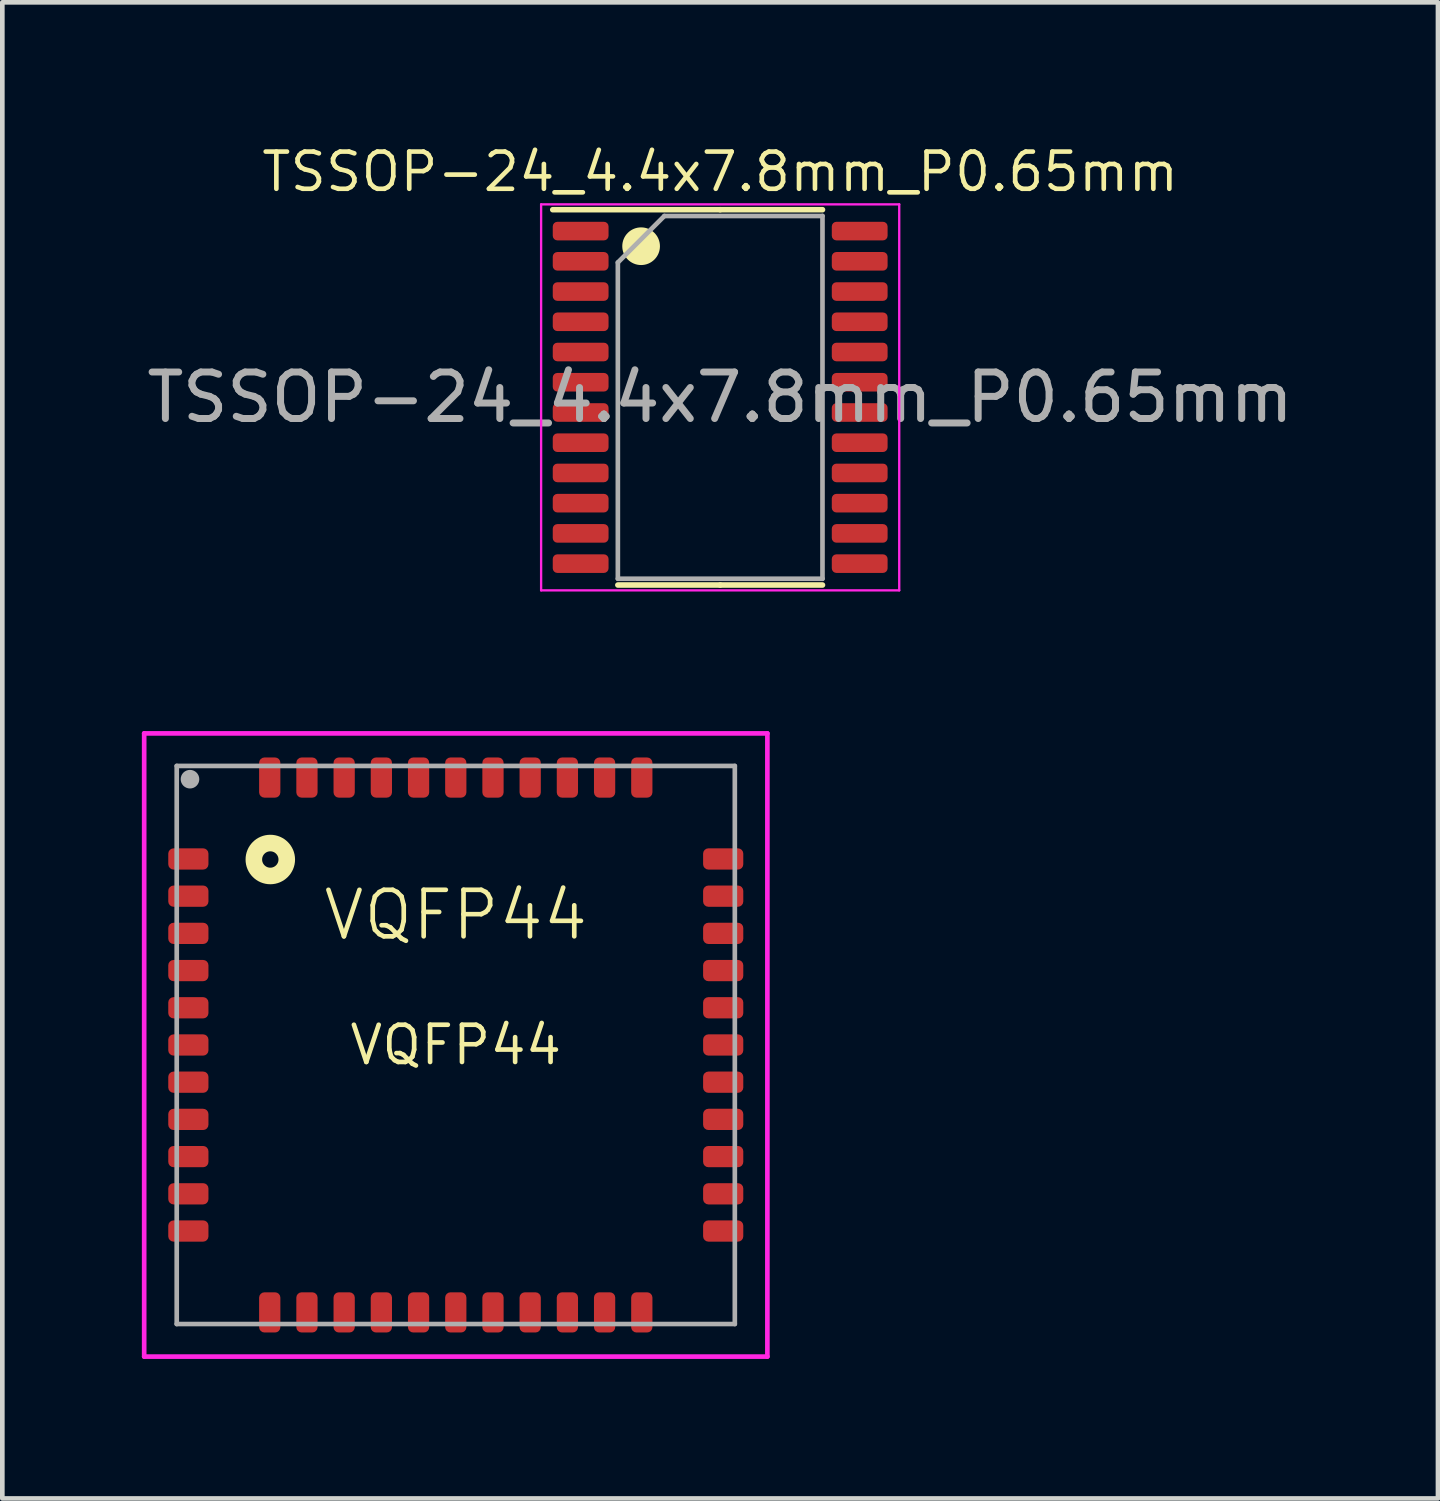
<source format=kicad_pcb>
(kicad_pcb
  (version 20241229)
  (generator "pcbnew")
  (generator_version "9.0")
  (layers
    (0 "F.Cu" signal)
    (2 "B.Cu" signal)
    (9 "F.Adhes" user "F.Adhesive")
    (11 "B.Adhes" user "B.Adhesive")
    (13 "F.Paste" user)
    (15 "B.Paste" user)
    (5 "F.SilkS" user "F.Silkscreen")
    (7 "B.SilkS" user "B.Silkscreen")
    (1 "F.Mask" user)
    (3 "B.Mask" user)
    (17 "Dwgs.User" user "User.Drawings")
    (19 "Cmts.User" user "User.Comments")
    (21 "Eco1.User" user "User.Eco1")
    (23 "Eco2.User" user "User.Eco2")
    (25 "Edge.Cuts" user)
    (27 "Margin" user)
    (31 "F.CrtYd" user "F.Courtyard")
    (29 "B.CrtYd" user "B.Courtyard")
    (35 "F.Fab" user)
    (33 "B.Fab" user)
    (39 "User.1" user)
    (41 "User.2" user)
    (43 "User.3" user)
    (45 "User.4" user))
  (footprint "TSSOP-24_4.4x7.8mm_P0.65mm"
    (layer "F.Cu")
    (at 12.435 5.494)
    (property "Reference" "TSSOP-24_4.4x7.8mm_P0.65mm" (at 0 -4.85 0) (unlocked yes) (layer "F.SilkS") (effects (font (size 0.8 0.8) (thickness 0.1))))
    (attr smd)
    (fp_line (start 0 -4.035) (end -3.6 -4.035) (stroke (width 0.12) (type solid)) (layer "F.SilkS"))
    (fp_line (start 0 -4.035) (end 2.2 -4.035) (stroke (width 0.12) (type solid)) (layer "F.SilkS"))
    (fp_line (start 0 4.035) (end -2.2 4.035) (stroke (width 0.12) (type solid)) (layer "F.SilkS"))
    (fp_line (start 0 4.035) (end 2.2 4.035) (stroke (width 0.12) (type solid)) (layer "F.SilkS"))
    (fp_circle (center -1.7 -3.25) (end -1.3 -3.25) (stroke (width 0.01) (type solid)) (fill yes) (layer "F.SilkS"))
    (fp_line (start -3.85 -4.15) (end -3.85 4.15) (stroke (width 0.05) (type solid)) (layer "F.CrtYd"))
    (fp_line (start -3.85 4.15) (end 3.85 4.15) (stroke (width 0.05) (type solid)) (layer "F.CrtYd"))
    (fp_line (start 3.85 -4.15) (end -3.85 -4.15) (stroke (width 0.05) (type solid)) (layer "F.CrtYd"))
    (fp_line (start 3.85 4.15) (end 3.85 -4.15) (stroke (width 0.05) (type solid)) (layer "F.CrtYd"))
    (fp_line (start -2.2 -2.9) (end -1.2 -3.9) (stroke (width 0.1) (type solid)) (layer "F.Fab"))
    (fp_line (start -2.2 3.9) (end -2.2 -2.9) (stroke (width 0.1) (type solid)) (layer "F.Fab"))
    (fp_line (start -1.2 -3.9) (end 2.2 -3.9) (stroke (width 0.1) (type solid)) (layer "F.Fab"))
    (fp_line (start 2.2 -3.9) (end 2.2 3.9) (stroke (width 0.1) (type solid)) (layer "F.Fab"))
    (fp_line (start 2.2 3.9) (end -2.2 3.9) (stroke (width 0.1) (type solid)) (layer "F.Fab"))
    (fp_text user "${REFERENCE}" (at 0 0 0) (layer "F.Fab") (effects (font (size 1 1) (thickness 0.15))))
    (pad "1" smd roundrect (at -3 -3.575) (size 1.2 0.4) (layers "F.Cu" "F.Mask" "F.Paste") (roundrect_rratio 0.25))
    (pad "2" smd roundrect (at -3 -2.925) (size 1.2 0.4) (layers "F.Cu" "F.Mask" "F.Paste") (roundrect_rratio 0.25))
    (pad "3" smd roundrect (at -3 -2.275) (size 1.2 0.4) (layers "F.Cu" "F.Mask" "F.Paste") (roundrect_rratio 0.25))
    (pad "4" smd roundrect (at -3 -1.625) (size 1.2 0.4) (layers "F.Cu" "F.Mask" "F.Paste") (roundrect_rratio 0.25))
    (pad "5" smd roundrect (at -3 -0.975) (size 1.2 0.4) (layers "F.Cu" "F.Mask" "F.Paste") (roundrect_rratio 0.25))
    (pad "6" smd roundrect (at -3 -0.325) (size 1.2 0.4) (layers "F.Cu" "F.Mask" "F.Paste") (roundrect_rratio 0.25))
    (pad "7" smd roundrect (at -3 0.325) (size 1.2 0.4) (layers "F.Cu" "F.Mask" "F.Paste") (roundrect_rratio 0.25))
    (pad "8" smd roundrect (at -3 0.975) (size 1.2 0.4) (layers "F.Cu" "F.Mask" "F.Paste") (roundrect_rratio 0.25))
    (pad "9" smd roundrect (at -3 1.625) (size 1.2 0.4) (layers "F.Cu" "F.Mask" "F.Paste") (roundrect_rratio 0.25))
    (pad "10" smd roundrect (at -3 2.275) (size 1.2 0.4) (layers "F.Cu" "F.Mask" "F.Paste") (roundrect_rratio 0.25))
    (pad "11" smd roundrect (at -3 2.925) (size 1.2 0.4) (layers "F.Cu" "F.Mask" "F.Paste") (roundrect_rratio 0.25))
    (pad "12" smd roundrect (at -3 3.575) (size 1.2 0.4) (layers "F.Cu" "F.Mask" "F.Paste") (roundrect_rratio 0.25))
    (pad "13" smd roundrect (at 3 3.575) (size 1.2 0.4) (layers "F.Cu" "F.Mask" "F.Paste") (roundrect_rratio 0.25))
    (pad "14" smd roundrect (at 3 2.925) (size 1.2 0.4) (layers "F.Cu" "F.Mask" "F.Paste") (roundrect_rratio 0.25))
    (pad "15" smd roundrect (at 3 2.275) (size 1.2 0.4) (layers "F.Cu" "F.Mask" "F.Paste") (roundrect_rratio 0.25))
    (pad "16" smd roundrect (at 3 1.625) (size 1.2 0.4) (layers "F.Cu" "F.Mask" "F.Paste") (roundrect_rratio 0.25))
    (pad "17" smd roundrect (at 3 0.975) (size 1.2 0.4) (layers "F.Cu" "F.Mask" "F.Paste") (roundrect_rratio 0.25))
    (pad "18" smd roundrect (at 3 0.325) (size 1.2 0.4) (layers "F.Cu" "F.Mask" "F.Paste") (roundrect_rratio 0.25))
    (pad "19" smd roundrect (at 3 -0.325) (size 1.2 0.4) (layers "F.Cu" "F.Mask" "F.Paste") (roundrect_rratio 0.25))
    (pad "20" smd roundrect (at 3 -0.975) (size 1.2 0.4) (layers "F.Cu" "F.Mask" "F.Paste") (roundrect_rratio 0.25))
    (pad "21" smd roundrect (at 3 -1.625) (size 1.2 0.4) (layers "F.Cu" "F.Mask" "F.Paste") (roundrect_rratio 0.25))
    (pad "22" smd roundrect (at 3 -2.275) (size 1.2 0.4) (layers "F.Cu" "F.Mask" "F.Paste") (roundrect_rratio 0.25))
    (pad "23" smd roundrect (at 3 -2.925) (size 1.2 0.4) (layers "F.Cu" "F.Mask" "F.Paste") (roundrect_rratio 0.25))
    (pad "24" smd roundrect (at 3 -3.575) (size 1.2 0.4) (layers "F.Cu" "F.Mask" "F.Paste") (roundrect_rratio 0.25)))
  (footprint "VQFP44"
    (layer "F.Cu")
    (at 6.75 19.419)
    (property "Reference" "VQFP44" (at 0 -2.794 0) (unlocked yes) (layer "F.SilkS") (effects (font (size 1 1) (thickness 0.1))))
    (property "Value" "VQFP44" (at 0 8 0) (layer "Dwgs.User") (hide yes) (effects (font (size 1 1) (thickness 0.1)) (justify bottom)))
    (attr smd)
    (fp_circle (center -3.988 -3.988) (end -3.812 -3.988) (stroke (width 0.356) (type solid)) (fill no) (layer "F.SilkS"))
    (fp_line (start -6.7 -6.7) (end 6.7 -6.7) (stroke (width 0.1) (type solid)) (layer "F.CrtYd"))
    (fp_line (start -6.7 6.7) (end -6.7 -6.7) (stroke (width 0.1) (type solid)) (layer "F.CrtYd"))
    (fp_line (start 6.7 -6.7) (end 6.7 6.7) (stroke (width 0.1) (type solid)) (layer "F.CrtYd"))
    (fp_line (start 6.7 6.7) (end -6.7 6.7) (stroke (width 0.1) (type solid)) (layer "F.CrtYd"))
    (fp_line (start -6 -6) (end -6 6) (stroke (width 0.1) (type solid)) (layer "F.Fab"))
    (fp_line (start -6 6) (end 6 6) (stroke (width 0.1) (type solid)) (layer "F.Fab"))
    (fp_line (start 6 -6) (end -6 -6) (stroke (width 0.1) (type solid)) (layer "F.Fab"))
    (fp_line (start 6 6) (end 6 -6) (stroke (width 0.1) (type solid)) (layer "F.Fab"))
    (fp_circle (center -5.715 -5.715) (end -5.715 -5.815) (stroke (width 0.2) (type solid)) (fill no) (layer "F.Fab"))
    (fp_text user "${VALUE}" (at 0 0 180) (layer "F.SilkS") (effects (font (size 0.8 0.8) (thickness 0.1))))
    (pad "1" smd roundrect (at -5.75 -4 90) (size 0.457 0.864) (layers "F.Cu" "F.Mask" "F.Paste") (roundrect_rratio 0.25))
    (pad "2" smd roundrect (at -5.75 -3.2 90) (size 0.457 0.864) (layers "F.Cu" "F.Mask" "F.Paste") (roundrect_rratio 0.25))
    (pad "3" smd roundrect (at -5.75 -2.4 90) (size 0.457 0.864) (layers "F.Cu" "F.Mask" "F.Paste") (roundrect_rratio 0.25))
    (pad "4" smd roundrect (at -5.75 -1.6 90) (size 0.457 0.864) (layers "F.Cu" "F.Mask" "F.Paste") (roundrect_rratio 0.25))
    (pad "5" smd roundrect (at -5.75 -0.8 90) (size 0.457 0.864) (layers "F.Cu" "F.Mask" "F.Paste") (roundrect_rratio 0.25))
    (pad "6" smd roundrect (at -5.75 0 90) (size 0.457 0.864) (layers "F.Cu" "F.Mask" "F.Paste") (roundrect_rratio 0.25))
    (pad "7" smd roundrect (at -5.75 0.8 90) (size 0.457 0.864) (layers "F.Cu" "F.Mask" "F.Paste") (roundrect_rratio 0.25))
    (pad "8" smd roundrect (at -5.75 1.6 90) (size 0.457 0.864) (layers "F.Cu" "F.Mask" "F.Paste") (roundrect_rratio 0.25))
    (pad "9" smd roundrect (at -5.75 2.4 90) (size 0.457 0.864) (layers "F.Cu" "F.Mask" "F.Paste") (roundrect_rratio 0.25))
    (pad "10" smd roundrect (at -5.75 3.2 90) (size 0.457 0.864) (layers "F.Cu" "F.Mask" "F.Paste") (roundrect_rratio 0.25))
    (pad "11" smd roundrect (at -5.75 4 90) (size 0.457 0.864) (layers "F.Cu" "F.Mask" "F.Paste") (roundrect_rratio 0.25))
    (pad "12" smd roundrect (at -4 5.75) (size 0.457 0.864) (layers "F.Cu" "F.Mask" "F.Paste") (roundrect_rratio 0.25))
    (pad "13" smd roundrect (at -3.2 5.75) (size 0.457 0.864) (layers "F.Cu" "F.Mask" "F.Paste") (roundrect_rratio 0.25))
    (pad "14" smd roundrect (at -2.4 5.75) (size 0.457 0.864) (layers "F.Cu" "F.Mask" "F.Paste") (roundrect_rratio 0.25))
    (pad "15" smd roundrect (at -1.6 5.75) (size 0.457 0.864) (layers "F.Cu" "F.Mask" "F.Paste") (roundrect_rratio 0.25))
    (pad "16" smd roundrect (at -0.8 5.75) (size 0.457 0.864) (layers "F.Cu" "F.Mask" "F.Paste") (roundrect_rratio 0.25))
    (pad "17" smd roundrect (at 0 5.75) (size 0.457 0.864) (layers "F.Cu" "F.Mask" "F.Paste") (roundrect_rratio 0.25))
    (pad "18" smd roundrect (at 0.8 5.75) (size 0.457 0.864) (layers "F.Cu" "F.Mask" "F.Paste") (roundrect_rratio 0.25))
    (pad "19" smd roundrect (at 1.6 5.75) (size 0.457 0.864) (layers "F.Cu" "F.Mask" "F.Paste") (roundrect_rratio 0.25))
    (pad "20" smd roundrect (at 2.4 5.75) (size 0.457 0.864) (layers "F.Cu" "F.Mask" "F.Paste") (roundrect_rratio 0.25))
    (pad "21" smd roundrect (at 3.2 5.75) (size 0.457 0.864) (layers "F.Cu" "F.Mask" "F.Paste") (roundrect_rratio 0.25))
    (pad "22" smd roundrect (at 4 5.75) (size 0.457 0.864) (layers "F.Cu" "F.Mask" "F.Paste") (roundrect_rratio 0.25))
    (pad "23" smd roundrect (at 5.75 4 90) (size 0.457 0.864) (layers "F.Cu" "F.Mask" "F.Paste") (roundrect_rratio 0.25))
    (pad "24" smd roundrect (at 5.75 3.2 90) (size 0.457 0.864) (layers "F.Cu" "F.Mask" "F.Paste") (roundrect_rratio 0.25))
    (pad "25" smd roundrect (at 5.75 2.4 90) (size 0.457 0.864) (layers "F.Cu" "F.Mask" "F.Paste") (roundrect_rratio 0.25))
    (pad "26" smd roundrect (at 5.75 1.6 90) (size 0.457 0.864) (layers "F.Cu" "F.Mask" "F.Paste") (roundrect_rratio 0.25))
    (pad "27" smd roundrect (at 5.75 0.8 90) (size 0.457 0.864) (layers "F.Cu" "F.Mask" "F.Paste") (roundrect_rratio 0.25))
    (pad "28" smd roundrect (at 5.75 0 90) (size 0.457 0.864) (layers "F.Cu" "F.Mask" "F.Paste") (roundrect_rratio 0.25))
    (pad "29" smd roundrect (at 5.75 -0.8 90) (size 0.457 0.864) (layers "F.Cu" "F.Mask" "F.Paste") (roundrect_rratio 0.25))
    (pad "30" smd roundrect (at 5.75 -1.6 90) (size 0.457 0.864) (layers "F.Cu" "F.Mask" "F.Paste") (roundrect_rratio 0.25))
    (pad "31" smd roundrect (at 5.75 -2.4 90) (size 0.457 0.864) (layers "F.Cu" "F.Mask" "F.Paste") (roundrect_rratio 0.25))
    (pad "32" smd roundrect (at 5.75 -3.2 90) (size 0.457 0.864) (layers "F.Cu" "F.Mask" "F.Paste") (roundrect_rratio 0.25))
    (pad "33" smd roundrect (at 5.75 -4 90) (size 0.457 0.864) (layers "F.Cu" "F.Mask" "F.Paste") (roundrect_rratio 0.25))
    (pad "34" smd roundrect (at 4 -5.75) (size 0.457 0.864) (layers "F.Cu" "F.Mask" "F.Paste") (roundrect_rratio 0.25))
    (pad "35" smd roundrect (at 3.2 -5.75) (size 0.457 0.864) (layers "F.Cu" "F.Mask" "F.Paste") (roundrect_rratio 0.25))
    (pad "36" smd roundrect (at 2.4 -5.75) (size 0.457 0.864) (layers "F.Cu" "F.Mask" "F.Paste") (roundrect_rratio 0.25))
    (pad "37" smd roundrect (at 1.6 -5.75) (size 0.457 0.864) (layers "F.Cu" "F.Mask" "F.Paste") (roundrect_rratio 0.25))
    (pad "38" smd roundrect (at 0.8 -5.75) (size 0.457 0.864) (layers "F.Cu" "F.Mask" "F.Paste") (roundrect_rratio 0.25))
    (pad "39" smd roundrect (at 0 -5.75) (size 0.457 0.864) (layers "F.Cu" "F.Mask" "F.Paste") (roundrect_rratio 0.25))
    (pad "40" smd roundrect (at -0.8 -5.75) (size 0.457 0.864) (layers "F.Cu" "F.Mask" "F.Paste") (roundrect_rratio 0.25))
    (pad "41" smd roundrect (at -1.6 -5.75) (size 0.457 0.864) (layers "F.Cu" "F.Mask" "F.Paste") (roundrect_rratio 0.25))
    (pad "42" smd roundrect (at -2.4 -5.75) (size 0.457 0.864) (layers "F.Cu" "F.Mask" "F.Paste") (roundrect_rratio 0.25))
    (pad "43" smd roundrect (at -3.2 -5.75) (size 0.457 0.864) (layers "F.Cu" "F.Mask" "F.Paste") (roundrect_rratio 0.25))
    (pad "44" smd roundrect (at -4 -5.75) (size 0.457 0.864) (layers "F.Cu" "F.Mask" "F.Paste") (roundrect_rratio 0.25)))
  (gr_rect
    (start -3 -3)
    (end 27.869 29.169)
    (stroke (width 0.1) (type default))
    (fill no)
    (layer "Edge.Cuts")))
</source>
